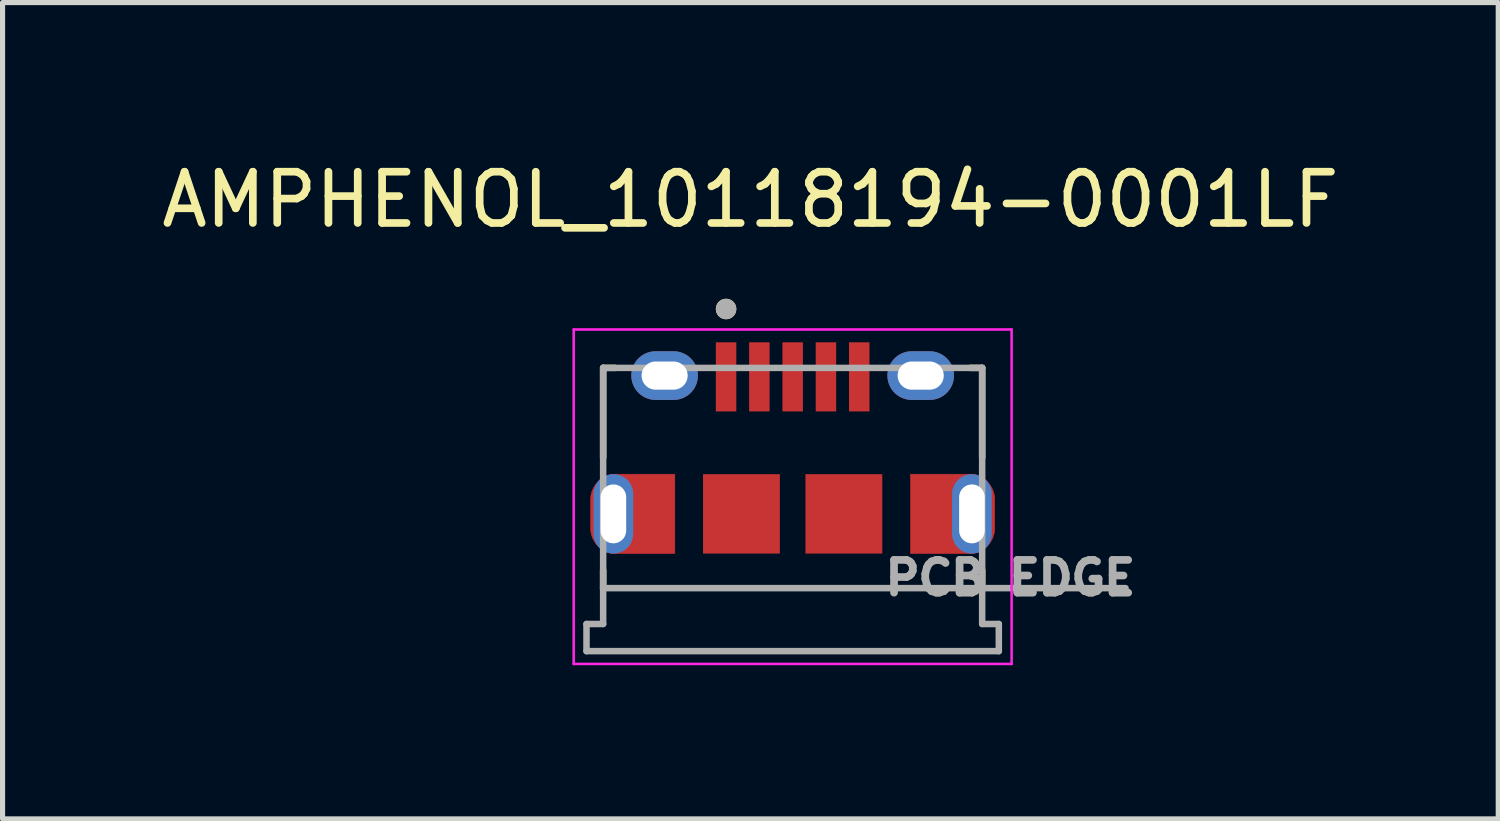
<source format=kicad_pcb>
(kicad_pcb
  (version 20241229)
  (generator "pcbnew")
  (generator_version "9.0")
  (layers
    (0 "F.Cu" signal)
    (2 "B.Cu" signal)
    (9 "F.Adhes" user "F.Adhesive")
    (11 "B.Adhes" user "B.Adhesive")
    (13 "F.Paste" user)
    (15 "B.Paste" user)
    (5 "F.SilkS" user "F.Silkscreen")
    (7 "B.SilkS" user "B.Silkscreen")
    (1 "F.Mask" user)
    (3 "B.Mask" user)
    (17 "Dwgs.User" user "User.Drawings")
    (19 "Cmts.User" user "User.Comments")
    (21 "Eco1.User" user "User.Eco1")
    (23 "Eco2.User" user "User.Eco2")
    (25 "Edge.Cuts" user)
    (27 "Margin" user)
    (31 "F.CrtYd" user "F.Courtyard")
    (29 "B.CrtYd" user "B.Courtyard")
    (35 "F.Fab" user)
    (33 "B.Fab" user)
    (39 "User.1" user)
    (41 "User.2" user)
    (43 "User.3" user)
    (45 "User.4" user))
  (footprint "AMPHENOL_10118194-0001LF"
    (layer "F.Cu")
    (at 12.426 6.983)
    (property "Reference" "AMPHENOL_10118194-0001LF" (at -0.825 -6.135 0) (layer "F.SilkS") (effects (font (size 1 1) (thickness 0.15))))
    (attr smd)
    (fp_poly (pts (xy -2.3 0.775) (xy -3.445 0.775) (xy -3.471 0.774) (xy -3.497 0.772) (xy -3.523 0.769) (xy -3.549 0.764) (xy -3.574 0.758) (xy -3.6 0.751) (xy -3.624 0.742) (xy -3.648 0.732) (xy -3.672 0.721) (xy -3.695 0.708) (xy -3.717 0.694) (xy -3.739 0.68) (xy -3.76 0.664) (xy -3.78 0.647) (xy -3.799 0.629) (xy -3.817 0.61) (xy -3.834 0.59) (xy -3.85 0.569) (xy -3.864 0.547) (xy -3.878 0.525) (xy -3.891 0.502) (xy -3.902 0.478) (xy -3.912 0.454) (xy -3.921 0.43) (xy -3.928 0.404) (xy -3.934 0.379) (xy -3.939 0.353) (xy -3.942 0.327) (xy -3.944 0.301) (xy -3.945 0.275) (xy -3.945 -0.275) (xy -3.944 -0.301) (xy -3.942 -0.327) (xy -3.939 -0.353) (xy -3.934 -0.379) (xy -3.928 -0.404) (xy -3.921 -0.43) (xy -3.912 -0.454) (xy -3.902 -0.478) (xy -3.891 -0.502) (xy -3.878 -0.525) (xy -3.864 -0.547) (xy -3.85 -0.569) (xy -3.834 -0.59) (xy -3.817 -0.61) (xy -3.799 -0.629) (xy -3.78 -0.647) (xy -3.76 -0.664) (xy -3.739 -0.68) (xy -3.717 -0.694) (xy -3.695 -0.708) (xy -3.672 -0.721) (xy -3.648 -0.732) (xy -3.624 -0.742) (xy -3.6 -0.751) (xy -3.574 -0.758) (xy -3.549 -0.764) (xy -3.523 -0.769) (xy -3.497 -0.772) (xy -3.471 -0.774) (xy -3.445 -0.775) (xy -2.3 -0.775) (xy -2.3 0.775)) (stroke (width 0.01) (type solid)) (fill yes) (layer "F.Cu"))
    (fp_poly (pts (xy 2.3 -0.775) (xy 3.445 -0.775) (xy 3.471 -0.774) (xy 3.497 -0.772) (xy 3.523 -0.769) (xy 3.549 -0.764) (xy 3.574 -0.758) (xy 3.6 -0.751) (xy 3.624 -0.742) (xy 3.648 -0.732) (xy 3.672 -0.721) (xy 3.695 -0.708) (xy 3.717 -0.694) (xy 3.739 -0.68) (xy 3.76 -0.664) (xy 3.78 -0.647) (xy 3.799 -0.629) (xy 3.817 -0.61) (xy 3.834 -0.59) (xy 3.85 -0.569) (xy 3.864 -0.547) (xy 3.878 -0.525) (xy 3.891 -0.502) (xy 3.902 -0.478) (xy 3.912 -0.454) (xy 3.921 -0.43) (xy 3.928 -0.404) (xy 3.934 -0.379) (xy 3.939 -0.353) (xy 3.942 -0.327) (xy 3.944 -0.301) (xy 3.945 -0.275) (xy 3.945 0.275) (xy 3.944 0.301) (xy 3.942 0.327) (xy 3.939 0.353) (xy 3.934 0.379) (xy 3.928 0.404) (xy 3.921 0.43) (xy 3.912 0.454) (xy 3.902 0.478) (xy 3.891 0.502) (xy 3.878 0.525) (xy 3.864 0.547) (xy 3.85 0.569) (xy 3.834 0.59) (xy 3.817 0.61) (xy 3.799 0.629) (xy 3.78 0.647) (xy 3.76 0.664) (xy 3.739 0.68) (xy 3.717 0.694) (xy 3.695 0.708) (xy 3.672 0.721) (xy 3.648 0.732) (xy 3.624 0.742) (xy 3.6 0.751) (xy 3.574 0.758) (xy 3.549 0.764) (xy 3.523 0.769) (xy 3.497 0.772) (xy 3.471 0.774) (xy 3.445 0.775) (xy 2.3 0.775) (xy 2.3 -0.775)) (stroke (width 0.01) (type solid)) (fill yes) (layer "F.Cu"))
    (fp_poly (pts (xy -2.2 0.875) (xy -3.445 0.875) (xy -3.476 0.874) (xy -3.508 0.872) (xy -3.539 0.868) (xy -3.57 0.862) (xy -3.6 0.855) (xy -3.63 0.846) (xy -3.66 0.835) (xy -3.689 0.823) (xy -3.717 0.81) (xy -3.745 0.795) (xy -3.772 0.778) (xy -3.798 0.76) (xy -3.823 0.741) (xy -3.846 0.721) (xy -3.869 0.699) (xy -3.891 0.676) (xy -3.911 0.653) (xy -3.93 0.628) (xy -3.948 0.602) (xy -3.965 0.575) (xy -3.98 0.547) (xy -3.993 0.519) (xy -4.005 0.49) (xy -4.016 0.46) (xy -4.025 0.43) (xy -4.032 0.4) (xy -4.038 0.369) (xy -4.042 0.338) (xy -4.044 0.306) (xy -4.045 0.275) (xy -4.045 -0.275) (xy -4.044 -0.306) (xy -4.042 -0.338) (xy -4.038 -0.369) (xy -4.032 -0.4) (xy -4.025 -0.43) (xy -4.016 -0.46) (xy -4.005 -0.49) (xy -3.993 -0.519) (xy -3.98 -0.547) (xy -3.965 -0.575) (xy -3.948 -0.602) (xy -3.93 -0.628) (xy -3.911 -0.653) (xy -3.891 -0.676) (xy -3.869 -0.699) (xy -3.846 -0.721) (xy -3.823 -0.741) (xy -3.798 -0.76) (xy -3.772 -0.778) (xy -3.745 -0.795) (xy -3.717 -0.81) (xy -3.689 -0.823) (xy -3.66 -0.835) (xy -3.63 -0.846) (xy -3.6 -0.855) (xy -3.57 -0.862) (xy -3.539 -0.868) (xy -3.508 -0.872) (xy -3.476 -0.874) (xy -3.445 -0.875) (xy -2.2 -0.875) (xy -2.2 0.875)) (stroke (width 0.01) (type solid)) (fill yes) (layer "F.Mask"))
    (fp_poly (pts (xy 2.2 -0.875) (xy 3.445 -0.875) (xy 3.476 -0.874) (xy 3.508 -0.872) (xy 3.539 -0.868) (xy 3.57 -0.862) (xy 3.6 -0.855) (xy 3.63 -0.846) (xy 3.66 -0.835) (xy 3.689 -0.823) (xy 3.717 -0.81) (xy 3.745 -0.795) (xy 3.772 -0.778) (xy 3.798 -0.76) (xy 3.823 -0.741) (xy 3.846 -0.721) (xy 3.869 -0.699) (xy 3.891 -0.676) (xy 3.911 -0.653) (xy 3.93 -0.628) (xy 3.948 -0.602) (xy 3.965 -0.575) (xy 3.98 -0.547) (xy 3.993 -0.519) (xy 4.005 -0.49) (xy 4.016 -0.46) (xy 4.025 -0.43) (xy 4.032 -0.4) (xy 4.038 -0.369) (xy 4.042 -0.338) (xy 4.044 -0.306) (xy 4.045 -0.275) (xy 4.045 0.275) (xy 4.044 0.306) (xy 4.042 0.338) (xy 4.038 0.369) (xy 4.032 0.4) (xy 4.025 0.43) (xy 4.016 0.46) (xy 4.005 0.49) (xy 3.993 0.519) (xy 3.98 0.547) (xy 3.965 0.575) (xy 3.948 0.602) (xy 3.93 0.628) (xy 3.911 0.653) (xy 3.891 0.676) (xy 3.869 0.699) (xy 3.846 0.721) (xy 3.823 0.741) (xy 3.798 0.76) (xy 3.772 0.778) (xy 3.745 0.795) (xy 3.717 0.81) (xy 3.689 0.823) (xy 3.66 0.835) (xy 3.63 0.846) (xy 3.6 0.855) (xy 3.57 0.862) (xy 3.539 0.868) (xy 3.508 0.872) (xy 3.476 0.874) (xy 3.445 0.875) (xy 2.2 0.875) (xy 2.2 -0.875)) (stroke (width 0.01) (type solid)) (fill yes) (layer "F.Mask"))
    (fp_poly (pts (xy -3.013 -0.388) (xy -3.013 0.388) (xy -3.013 0.413) (xy -3.015 0.438) (xy -3.019 0.464) (xy -3.023 0.489) (xy -3.029 0.514) (xy -3.036 0.538) (xy -3.045 0.562) (xy -3.055 0.586) (xy -3.066 0.609) (xy -3.078 0.631) (xy -3.091 0.653) (xy -3.106 0.674) (xy -3.121 0.694) (xy -3.138 0.714) (xy -3.155 0.732) (xy -3.174 0.75) (xy -3.193 0.766) (xy -3.213 0.782) (xy -3.234 0.796) (xy -3.256 0.81) (xy -3.279 0.822) (xy -3.302 0.833) (xy -3.325 0.843) (xy -3.349 0.851) (xy -3.374 0.858) (xy -3.399 0.864) (xy -3.424 0.869) (xy -3.449 0.872) (xy -3.474 0.874) (xy -3.5 0.875) (xy -3.526 0.874) (xy -3.551 0.872) (xy -3.576 0.869) (xy -3.601 0.864) (xy -3.626 0.858) (xy -3.651 0.851) (xy -3.675 0.843) (xy -3.698 0.833) (xy -3.721 0.822) (xy -3.744 0.81) (xy -3.766 0.796) (xy -3.787 0.782) (xy -3.807 0.766) (xy -3.826 0.75) (xy -3.845 0.732) (xy -3.862 0.714) (xy -3.879 0.694) (xy -3.894 0.674) (xy -3.909 0.653) (xy -3.922 0.631) (xy -3.934 0.609) (xy -3.945 0.586) (xy -3.955 0.562) (xy -3.964 0.538) (xy -3.971 0.514) (xy -3.977 0.489) (xy -3.981 0.464) (xy -3.985 0.438) (xy -3.987 0.413) (xy -3.987 0.388) (xy -3.987 -0.388) (xy -3.987 -0.413) (xy -3.985 -0.438) (xy -3.981 -0.464) (xy -3.977 -0.489) (xy -3.971 -0.514) (xy -3.964 -0.538) (xy -3.955 -0.562) (xy -3.945 -0.586) (xy -3.934 -0.609) (xy -3.922 -0.631) (xy -3.909 -0.653) (xy -3.894 -0.674) (xy -3.879 -0.694) (xy -3.862 -0.714) (xy -3.845 -0.732) (xy -3.826 -0.75) (xy -3.807 -0.766) (xy -3.787 -0.782) (xy -3.766 -0.796) (xy -3.744 -0.81) (xy -3.721 -0.822) (xy -3.698 -0.833) (xy -3.675 -0.843) (xy -3.651 -0.851) (xy -3.626 -0.858) (xy -3.601 -0.864) (xy -3.576 -0.869) (xy -3.551 -0.872) (xy -3.526 -0.874) (xy -3.5 -0.875) (xy -3.474 -0.874) (xy -3.449 -0.872) (xy -3.424 -0.869) (xy -3.399 -0.864) (xy -3.374 -0.858) (xy -3.349 -0.851) (xy -3.325 -0.843) (xy -3.302 -0.833) (xy -3.279 -0.822) (xy -3.256 -0.81) (xy -3.234 -0.796) (xy -3.213 -0.782) (xy -3.193 -0.766) (xy -3.174 -0.75) (xy -3.155 -0.732) (xy -3.138 -0.714) (xy -3.121 -0.694) (xy -3.106 -0.674) (xy -3.091 -0.653) (xy -3.078 -0.631) (xy -3.066 -0.609) (xy -3.055 -0.586) (xy -3.045 -0.562) (xy -3.036 -0.538) (xy -3.029 -0.514) (xy -3.023 -0.489) (xy -3.019 -0.464) (xy -3.015 -0.438) (xy -3.013 -0.413) (xy -3.013 -0.388) (xy -3.013 -0.388)) (stroke (width 0.01) (type solid)) (fill yes) (layer "B.Mask"))
    (fp_poly (pts (xy 3.987 -0.388) (xy 3.987 0.388) (xy 3.987 0.413) (xy 3.985 0.438) (xy 3.981 0.464) (xy 3.977 0.489) (xy 3.971 0.514) (xy 3.964 0.538) (xy 3.955 0.562) (xy 3.945 0.586) (xy 3.934 0.609) (xy 3.922 0.631) (xy 3.909 0.653) (xy 3.894 0.674) (xy 3.879 0.694) (xy 3.862 0.714) (xy 3.845 0.732) (xy 3.826 0.75) (xy 3.807 0.766) (xy 3.787 0.782) (xy 3.766 0.796) (xy 3.744 0.81) (xy 3.721 0.822) (xy 3.698 0.833) (xy 3.675 0.843) (xy 3.651 0.851) (xy 3.626 0.858) (xy 3.601 0.864) (xy 3.576 0.869) (xy 3.551 0.872) (xy 3.526 0.874) (xy 3.5 0.875) (xy 3.474 0.874) (xy 3.449 0.872) (xy 3.424 0.869) (xy 3.399 0.864) (xy 3.374 0.858) (xy 3.349 0.851) (xy 3.325 0.843) (xy 3.302 0.833) (xy 3.279 0.822) (xy 3.256 0.81) (xy 3.234 0.796) (xy 3.213 0.782) (xy 3.193 0.766) (xy 3.174 0.75) (xy 3.155 0.732) (xy 3.138 0.714) (xy 3.121 0.694) (xy 3.106 0.674) (xy 3.091 0.653) (xy 3.078 0.631) (xy 3.066 0.609) (xy 3.055 0.586) (xy 3.045 0.562) (xy 3.036 0.538) (xy 3.029 0.514) (xy 3.023 0.489) (xy 3.019 0.464) (xy 3.015 0.438) (xy 3.013 0.413) (xy 3.013 0.388) (xy 3.013 -0.388) (xy 3.013 -0.413) (xy 3.015 -0.438) (xy 3.019 -0.464) (xy 3.023 -0.489) (xy 3.029 -0.514) (xy 3.036 -0.538) (xy 3.045 -0.562) (xy 3.055 -0.586) (xy 3.066 -0.609) (xy 3.078 -0.631) (xy 3.091 -0.653) (xy 3.106 -0.674) (xy 3.121 -0.694) (xy 3.138 -0.714) (xy 3.155 -0.732) (xy 3.174 -0.75) (xy 3.193 -0.766) (xy 3.213 -0.782) (xy 3.234 -0.796) (xy 3.256 -0.81) (xy 3.279 -0.822) (xy 3.302 -0.833) (xy 3.325 -0.843) (xy 3.349 -0.851) (xy 3.374 -0.858) (xy 3.399 -0.864) (xy 3.424 -0.869) (xy 3.449 -0.872) (xy 3.474 -0.874) (xy 3.5 -0.875) (xy 3.526 -0.874) (xy 3.551 -0.872) (xy 3.576 -0.869) (xy 3.601 -0.864) (xy 3.626 -0.858) (xy 3.651 -0.851) (xy 3.675 -0.843) (xy 3.698 -0.833) (xy 3.721 -0.822) (xy 3.744 -0.81) (xy 3.766 -0.796) (xy 3.787 -0.782) (xy 3.807 -0.766) (xy 3.826 -0.75) (xy 3.845 -0.732) (xy 3.862 -0.714) (xy 3.879 -0.694) (xy 3.894 -0.674) (xy 3.909 -0.653) (xy 3.922 -0.631) (xy 3.934 -0.609) (xy 3.945 -0.586) (xy 3.955 -0.562) (xy 3.964 -0.538) (xy 3.971 -0.514) (xy 3.977 -0.489) (xy 3.981 -0.464) (xy 3.985 -0.438) (xy 3.987 -0.413) (xy 3.987 -0.388) (xy 3.987 -0.388)) (stroke (width 0.01) (type solid)) (fill yes) (layer "B.Mask"))
    (fp_line (start -3.7 -2.85) (end -3.47 -2.85) (stroke (width 0.127) (type solid)) (layer "F.SilkS"))
    (fp_line (start -3.7 -1.1) (end -3.7 -2.85) (stroke (width 0.127) (type solid)) (layer "F.SilkS"))
    (fp_line (start -3.7 1.45) (end -3.7 1.1) (stroke (width 0.127) (type solid)) (layer "F.SilkS"))
    (fp_line (start 3.47 -2.85) (end 3.7 -2.85) (stroke (width 0.127) (type solid)) (layer "F.SilkS"))
    (fp_line (start 3.7 -2.85) (end 3.7 -1.1) (stroke (width 0.127) (type solid)) (layer "F.SilkS"))
    (fp_line (start 3.7 1.1) (end 3.7 1.45) (stroke (width 0.127) (type solid)) (layer "F.SilkS"))
    (fp_circle (center -1.3 -4) (end -1.2 -4) (stroke (width 0.2) (type solid)) (fill no) (layer "F.SilkS"))
    (fp_poly (pts (xy -2.3 0.775) (xy -3.445 0.775) (xy -3.471 0.774) (xy -3.497 0.772) (xy -3.523 0.769) (xy -3.549 0.764) (xy -3.574 0.758) (xy -3.6 0.751) (xy -3.624 0.742) (xy -3.648 0.732) (xy -3.672 0.721) (xy -3.695 0.708) (xy -3.717 0.694) (xy -3.739 0.68) (xy -3.76 0.664) (xy -3.78 0.647) (xy -3.799 0.629) (xy -3.817 0.61) (xy -3.834 0.59) (xy -3.85 0.569) (xy -3.864 0.547) (xy -3.878 0.525) (xy -3.891 0.502) (xy -3.902 0.478) (xy -3.912 0.454) (xy -3.921 0.43) (xy -3.928 0.404) (xy -3.934 0.379) (xy -3.939 0.353) (xy -3.942 0.327) (xy -3.944 0.301) (xy -3.945 0.275) (xy -3.945 -0.275) (xy -3.944 -0.301) (xy -3.942 -0.327) (xy -3.939 -0.353) (xy -3.934 -0.379) (xy -3.928 -0.404) (xy -3.921 -0.43) (xy -3.912 -0.454) (xy -3.902 -0.478) (xy -3.891 -0.502) (xy -3.878 -0.525) (xy -3.864 -0.547) (xy -3.85 -0.569) (xy -3.834 -0.59) (xy -3.817 -0.61) (xy -3.799 -0.629) (xy -3.78 -0.647) (xy -3.76 -0.664) (xy -3.739 -0.68) (xy -3.717 -0.694) (xy -3.695 -0.708) (xy -3.672 -0.721) (xy -3.648 -0.732) (xy -3.624 -0.742) (xy -3.6 -0.751) (xy -3.574 -0.758) (xy -3.549 -0.764) (xy -3.523 -0.769) (xy -3.497 -0.772) (xy -3.471 -0.774) (xy -3.445 -0.775) (xy -2.3 -0.775) (xy -2.3 0.775)) (stroke (width 0.01) (type solid)) (fill yes) (layer "F.Paste"))
    (fp_poly (pts (xy 2.3 -0.775) (xy 3.445 -0.775) (xy 3.471 -0.774) (xy 3.497 -0.772) (xy 3.523 -0.769) (xy 3.549 -0.764) (xy 3.574 -0.758) (xy 3.6 -0.751) (xy 3.624 -0.742) (xy 3.648 -0.732) (xy 3.672 -0.721) (xy 3.695 -0.708) (xy 3.717 -0.694) (xy 3.739 -0.68) (xy 3.76 -0.664) (xy 3.78 -0.647) (xy 3.799 -0.629) (xy 3.817 -0.61) (xy 3.834 -0.59) (xy 3.85 -0.569) (xy 3.864 -0.547) (xy 3.878 -0.525) (xy 3.891 -0.502) (xy 3.902 -0.478) (xy 3.912 -0.454) (xy 3.921 -0.43) (xy 3.928 -0.404) (xy 3.934 -0.379) (xy 3.939 -0.353) (xy 3.942 -0.327) (xy 3.944 -0.301) (xy 3.945 -0.275) (xy 3.945 0.275) (xy 3.944 0.301) (xy 3.942 0.327) (xy 3.939 0.353) (xy 3.934 0.379) (xy 3.928 0.404) (xy 3.921 0.43) (xy 3.912 0.454) (xy 3.902 0.478) (xy 3.891 0.502) (xy 3.878 0.525) (xy 3.864 0.547) (xy 3.85 0.569) (xy 3.834 0.59) (xy 3.817 0.61) (xy 3.799 0.629) (xy 3.78 0.647) (xy 3.76 0.664) (xy 3.739 0.68) (xy 3.717 0.694) (xy 3.695 0.708) (xy 3.672 0.721) (xy 3.648 0.732) (xy 3.624 0.742) (xy 3.6 0.751) (xy 3.574 0.758) (xy 3.549 0.764) (xy 3.523 0.769) (xy 3.497 0.772) (xy 3.471 0.774) (xy 3.445 0.775) (xy 2.3 0.775) (xy 2.3 -0.775)) (stroke (width 0.01) (type solid)) (fill yes) (layer "F.Paste"))
    (fp_line (start -4.275 -3.6) (end -4.275 2.93) (stroke (width 0.05) (type solid)) (layer "F.CrtYd"))
    (fp_line (start -4.275 2.93) (end 4.275 2.93) (stroke (width 0.05) (type solid)) (layer "F.CrtYd"))
    (fp_line (start 4.275 -3.6) (end -4.275 -3.6) (stroke (width 0.05) (type solid)) (layer "F.CrtYd"))
    (fp_line (start 4.275 2.93) (end 4.275 -3.6) (stroke (width 0.05) (type solid)) (layer "F.CrtYd"))
    (fp_line (start -4.025 2.15) (end -3.7 2.15) (stroke (width 0.127) (type solid)) (layer "F.Fab"))
    (fp_line (start -4.025 2.68) (end -4.025 2.15) (stroke (width 0.127) (type solid)) (layer "F.Fab"))
    (fp_line (start -3.7 -2.85) (end 3.7 -2.85) (stroke (width 0.127) (type solid)) (layer "F.Fab"))
    (fp_line (start -3.7 1.45) (end -3.7 -2.85) (stroke (width 0.127) (type solid)) (layer "F.Fab"))
    (fp_line (start -3.7 1.45) (end 6.5 1.45) (stroke (width 0.127) (type solid)) (layer "F.Fab"))
    (fp_line (start -3.7 2.15) (end -3.7 1.45) (stroke (width 0.127) (type solid)) (layer "F.Fab"))
    (fp_line (start 3.7 -2.85) (end 3.7 2.15) (stroke (width 0.127) (type solid)) (layer "F.Fab"))
    (fp_line (start 4.025 2.15) (end 3.7 2.15) (stroke (width 0.127) (type solid)) (layer "F.Fab"))
    (fp_line (start 4.025 2.68) (end -4.025 2.68) (stroke (width 0.127) (type solid)) (layer "F.Fab"))
    (fp_line (start 4.025 2.68) (end 4.025 2.15) (stroke (width 0.127) (type solid)) (layer "F.Fab"))
    (fp_circle (center -1.3 -4) (end -1.2 -4) (stroke (width 0.2) (type solid)) (fill no) (layer "F.Fab"))
    (fp_text user "PCB EDGE" (at 4.25 1.25 0) (layer "F.Fab") (effects (font (size 0.64 0.64) (thickness 0.15))))
    (pad "1" smd rect (at -1.3 -2.675) (size 0.4 1.35) (layers "F.Cu" "F.Mask" "F.Paste"))
    (pad "2" smd rect (at -0.65 -2.675) (size 0.4 1.35) (layers "F.Cu" "F.Mask" "F.Paste"))
    (pad "3" smd rect (at 0 -2.675) (size 0.4 1.35) (layers "F.Cu" "F.Mask" "F.Paste"))
    (pad "4" smd rect (at 0.65 -2.675) (size 0.4 1.35) (layers "F.Cu" "F.Mask" "F.Paste"))
    (pad "5" smd rect (at 1.3 -2.675) (size 0.4 1.35) (layers "F.Cu" "F.Mask" "F.Paste"))
    (pad "SH1" thru_hole oval (at -3.5 0) (size 0.775 1.55) (drill oval 0.5 1.15) (layers "*.Cu"))
    (pad "SH2" smd rect (at 1 0) (size 1.5 1.55) (layers "F.Cu" "F.Mask" "F.Paste"))
    (pad "SH3" smd rect (at -1 0) (size 1.5 1.55) (layers "F.Cu" "F.Mask" "F.Paste"))
    (pad "SH4" thru_hole oval (at 3.5 0) (size 0.775 1.55) (drill oval 0.5 1.15) (layers "*.Cu"))
    (pad "SH5" thru_hole oval (at -2.5 -2.7) (size 1.3 0.95) (drill oval 0.9 0.55) (layers "*.Cu" "*.Mask"))
    (pad "SH6" thru_hole oval (at 2.5 -2.7) (size 1.3 0.95) (drill oval 0.9 0.55) (layers "*.Cu" "*.Mask")))
  (gr_rect
    (start -3 -3)
    (end 26.202 12.938)
    (stroke (width 0.1) (type default))
    (fill no)
    (layer "Edge.Cuts")))
</source>
